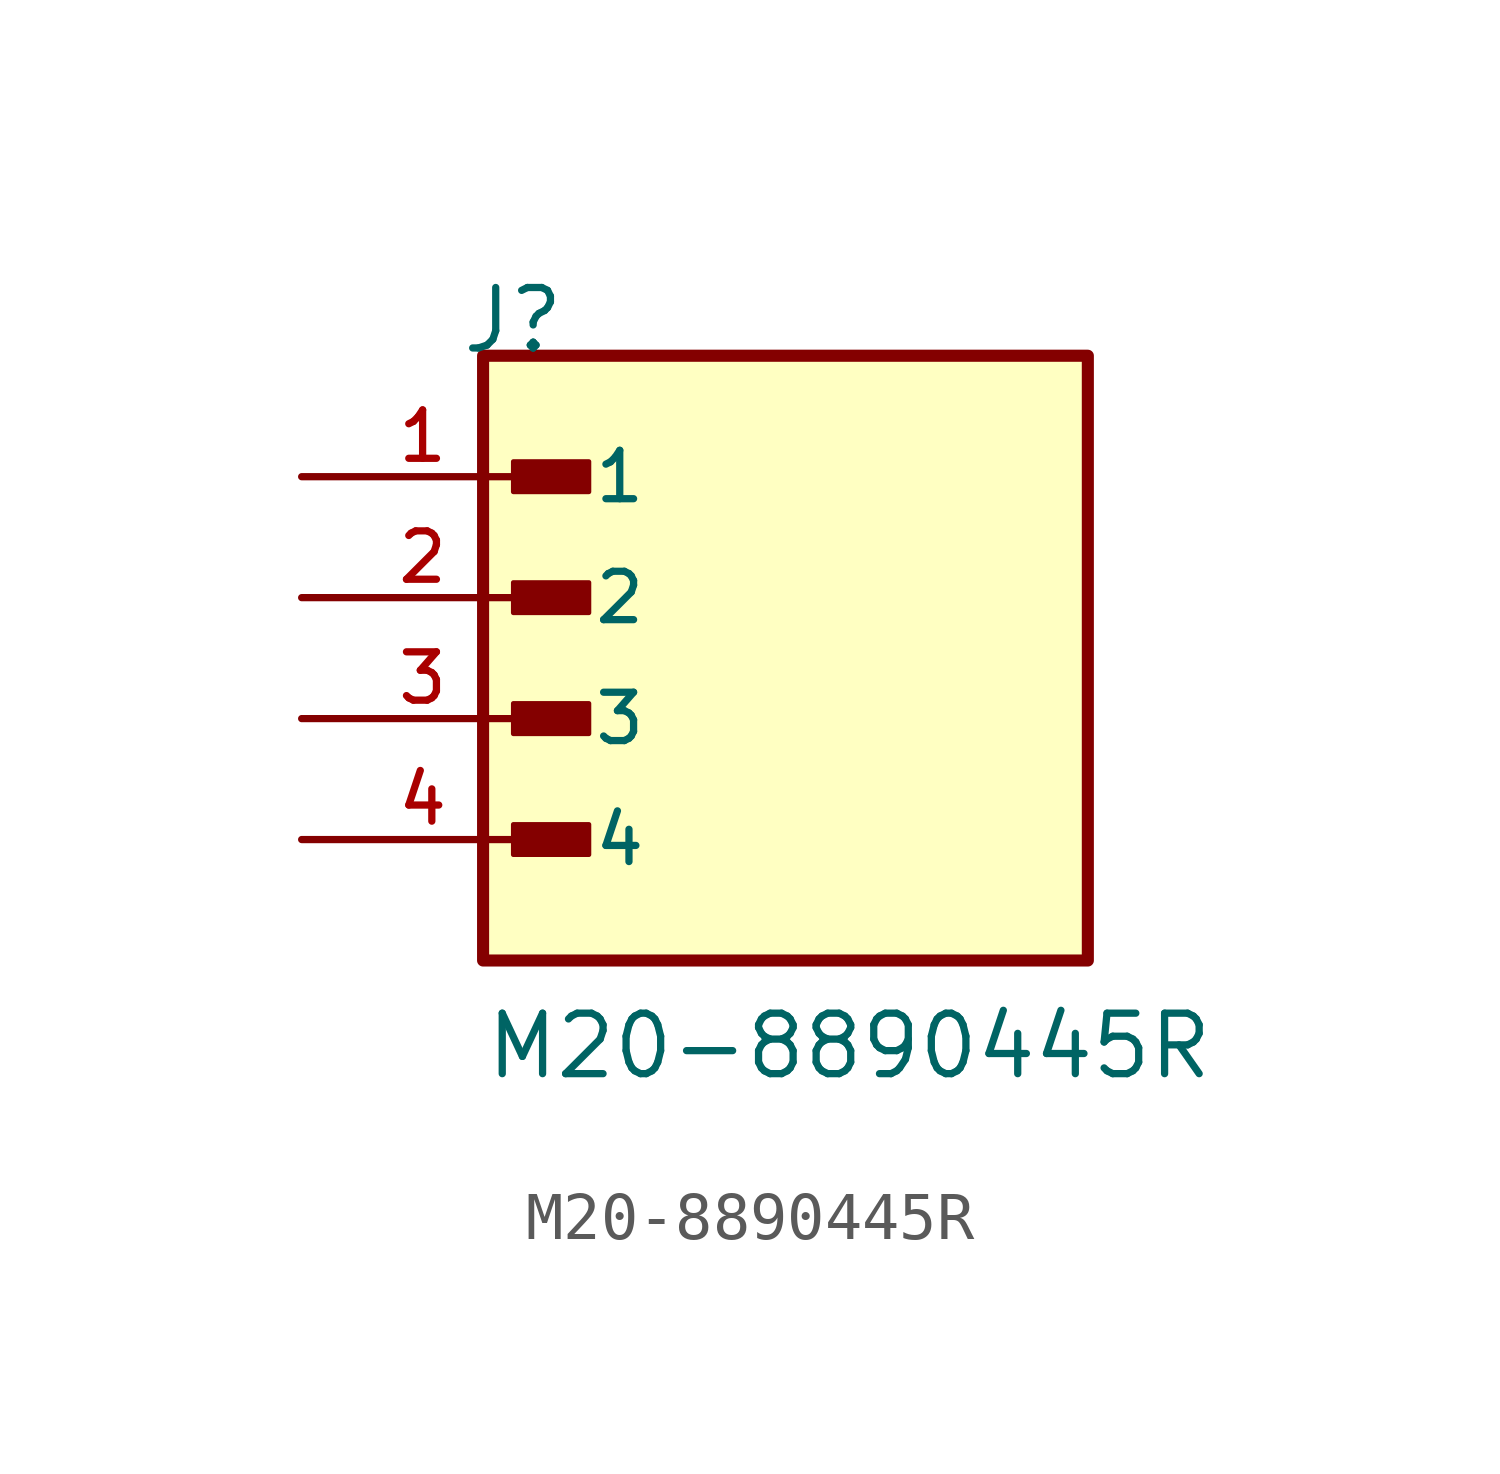
<source format=kicad_sym>
(kicad_symbol_lib
  (version 20211014)
  (generator kicad_symbol_editor)
  (symbol "M20-8890445R"
    (pin_names
      (offset 1.016))
    (property "Reference" "J"
      (at -6.85 7.62 0)
      (effects (font (size 1.27 1.27)) (justify bottom left)))
    (property "Value" "M20-8890445R"
      (at -6.35 -7.62 0)
      (effects (font (size 1.27 1.27)) (justify bottom left)))
    (symbol "M20-8890445R_0_0"
      (rectangle (start -5.715 4.763) (end -4.128 5.397) (stroke (width 0.1)) (fill (type outline)))
      (rectangle (start -5.715 2.223) (end -4.128 2.857) (stroke (width 0.1)) (fill (type outline)))
      (rectangle (start -5.715 -0.318) (end -4.128 0.318) (stroke (width 0.1)) (fill (type outline)))
      (rectangle (start -5.715 -2.857) (end -4.128 -2.223) (stroke (width 0.1)) (fill (type outline)))
      (rectangle (start -6.35 -5.08) (end 6.35 7.62) (stroke (width 0.254)) (fill (type background)))
      (pin passive line (at -10.16 5.08 0) (length 5.08) (name "1" (effects (font (size 1.016 1.016)))) (number "1" (effects (font (size 1.016 1.016)))))
      (pin passive line (at -10.16 2.54 0) (length 5.08) (name "2" (effects (font (size 1.016 1.016)))) (number "2" (effects (font (size 1.016 1.016)))))
      (pin passive line (at -10.16 0.0 0) (length 5.08) (name "3" (effects (font (size 1.016 1.016)))) (number "3" (effects (font (size 1.016 1.016)))))
      (pin passive line (at -10.16 -2.54 0) (length 5.08) (name "4" (effects (font (size 1.016 1.016)))) (number "4" (effects (font (size 1.016 1.016))))))))
</source>
